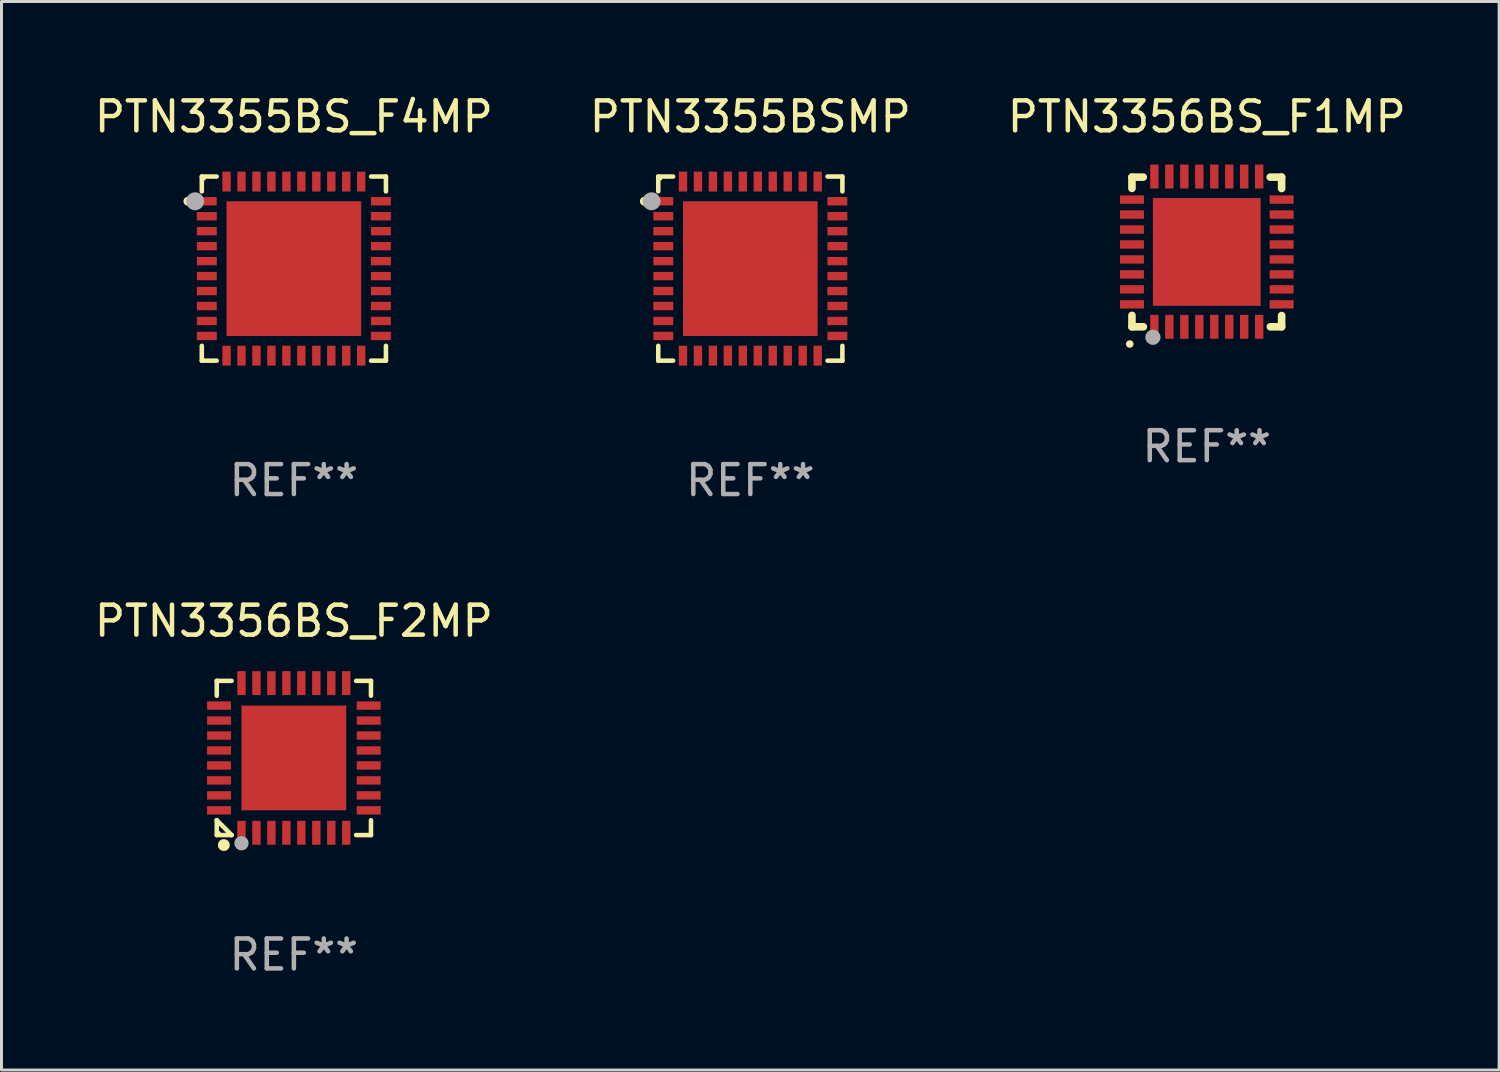
<source format=kicad_pcb>
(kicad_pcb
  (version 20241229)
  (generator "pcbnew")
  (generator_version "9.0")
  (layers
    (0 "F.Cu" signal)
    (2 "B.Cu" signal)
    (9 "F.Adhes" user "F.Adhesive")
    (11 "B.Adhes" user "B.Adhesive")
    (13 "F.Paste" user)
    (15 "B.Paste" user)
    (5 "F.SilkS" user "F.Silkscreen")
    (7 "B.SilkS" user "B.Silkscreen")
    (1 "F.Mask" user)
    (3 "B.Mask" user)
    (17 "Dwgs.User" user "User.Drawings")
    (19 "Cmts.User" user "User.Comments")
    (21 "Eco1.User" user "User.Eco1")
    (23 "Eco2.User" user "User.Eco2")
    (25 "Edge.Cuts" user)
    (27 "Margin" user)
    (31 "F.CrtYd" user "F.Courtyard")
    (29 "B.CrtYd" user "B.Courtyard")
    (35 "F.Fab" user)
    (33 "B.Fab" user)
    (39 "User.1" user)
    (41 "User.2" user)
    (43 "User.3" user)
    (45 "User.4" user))
  (footprint "PTN3355BS_F4MP"
    (layer "F.Cu")
    (at 6.768 5.924)
    (property "Reference" "PTN3355BS_F4MP" (at 0 -5.076 0) (layer "F.SilkS") (effects (font (size 1 1) (thickness 0.15))))
    (attr through_hole)
    (fp_line (start -3.076 -3.076) (end -3.076 -2.58) (stroke (width 0.152) (type solid)) (layer "F.SilkS"))
    (fp_line (start -3.076 3.076) (end -3.076 2.58) (stroke (width 0.152) (type solid)) (layer "F.SilkS"))
    (fp_line (start -2.58 -3.076) (end -3.076 -3.076) (stroke (width 0.152) (type solid)) (layer "F.SilkS"))
    (fp_line (start -2.58 3.076) (end -3.076 3.076) (stroke (width 0.152) (type solid)) (layer "F.SilkS"))
    (fp_line (start 2.58 -3.076) (end 3.076 -3.076) (stroke (width 0.152) (type solid)) (layer "F.SilkS"))
    (fp_line (start 2.58 3.076) (end 3.076 3.076) (stroke (width 0.152) (type solid)) (layer "F.SilkS"))
    (fp_line (start 3.076 -3.076) (end 3.076 -2.58) (stroke (width 0.152) (type solid)) (layer "F.SilkS"))
    (fp_line (start 3.076 3.076) (end 3.076 2.58) (stroke (width 0.152) (type solid)) (layer "F.SilkS"))
    (fp_circle (center -3.54 -2.25) (end -3.465 -2.25) (stroke (width 0.15) (type solid)) (fill no) (layer "F.SilkS"))
    (fp_circle (center -3 -3) (end -2.97 -3) (stroke (width 0.06) (type solid)) (fill no) (layer "F.SilkS"))
    (fp_circle (center -3.3 -2.25) (end -3.15 -2.25) (stroke (width 0.3) (type solid)) (fill no) (layer "F.Fab"))
    (fp_text user "REF**" (at 0 7.076 0) (layer "F.Fab") (effects (font (size 1 1) (thickness 0.15))))
    (pad "1" smd rect (at -2.908 -2.25) (size 0.665 0.28) (layers "F.Cu" "F.Mask" "F.Paste"))
    (pad "2" smd rect (at -2.908 -1.75) (size 0.665 0.28) (layers "F.Cu" "F.Mask" "F.Paste"))
    (pad "3" smd rect (at -2.908 -1.25) (size 0.665 0.28) (layers "F.Cu" "F.Mask" "F.Paste"))
    (pad "4" smd rect (at -2.908 -0.75) (size 0.665 0.28) (layers "F.Cu" "F.Mask" "F.Paste"))
    (pad "5" smd rect (at -2.908 -0.25) (size 0.665 0.28) (layers "F.Cu" "F.Mask" "F.Paste"))
    (pad "6" smd rect (at -2.908 0.25) (size 0.665 0.28) (layers "F.Cu" "F.Mask" "F.Paste"))
    (pad "7" smd rect (at -2.908 0.75) (size 0.665 0.28) (layers "F.Cu" "F.Mask" "F.Paste"))
    (pad "8" smd rect (at -2.908 1.25) (size 0.665 0.28) (layers "F.Cu" "F.Mask" "F.Paste"))
    (pad "9" smd rect (at -2.908 1.75) (size 0.665 0.28) (layers "F.Cu" "F.Mask" "F.Paste"))
    (pad "10" smd rect (at -2.908 2.25) (size 0.665 0.28) (layers "F.Cu" "F.Mask" "F.Paste"))
    (pad "11" smd rect (at -2.25 2.908) (size 0.28 0.665) (layers "F.Cu" "F.Mask" "F.Paste"))
    (pad "12" smd rect (at -1.75 2.908) (size 0.28 0.665) (layers "F.Cu" "F.Mask" "F.Paste"))
    (pad "13" smd rect (at -1.25 2.908) (size 0.28 0.665) (layers "F.Cu" "F.Mask" "F.Paste"))
    (pad "14" smd rect (at -0.75 2.908) (size 0.28 0.665) (layers "F.Cu" "F.Mask" "F.Paste"))
    (pad "15" smd rect (at -0.25 2.908) (size 0.28 0.665) (layers "F.Cu" "F.Mask" "F.Paste"))
    (pad "16" smd rect (at 0.25 2.908) (size 0.28 0.665) (layers "F.Cu" "F.Mask" "F.Paste"))
    (pad "17" smd rect (at 0.75 2.908) (size 0.28 0.665) (layers "F.Cu" "F.Mask" "F.Paste"))
    (pad "18" smd rect (at 1.25 2.908) (size 0.28 0.665) (layers "F.Cu" "F.Mask" "F.Paste"))
    (pad "19" smd rect (at 1.75 2.908) (size 0.28 0.665) (layers "F.Cu" "F.Mask" "F.Paste"))
    (pad "20" smd rect (at 2.25 2.908) (size 0.28 0.665) (layers "F.Cu" "F.Mask" "F.Paste"))
    (pad "21" smd rect (at 2.908 2.25) (size 0.665 0.28) (layers "F.Cu" "F.Mask" "F.Paste"))
    (pad "22" smd rect (at 2.908 1.75) (size 0.665 0.28) (layers "F.Cu" "F.Mask" "F.Paste"))
    (pad "23" smd rect (at 2.908 1.25) (size 0.665 0.28) (layers "F.Cu" "F.Mask" "F.Paste"))
    (pad "24" smd rect (at 2.908 0.75) (size 0.665 0.28) (layers "F.Cu" "F.Mask" "F.Paste"))
    (pad "25" smd rect (at 2.908 0.25) (size 0.665 0.28) (layers "F.Cu" "F.Mask" "F.Paste"))
    (pad "26" smd rect (at 2.908 -0.25) (size 0.665 0.28) (layers "F.Cu" "F.Mask" "F.Paste"))
    (pad "27" smd rect (at 2.908 -0.75) (size 0.665 0.28) (layers "F.Cu" "F.Mask" "F.Paste"))
    (pad "28" smd rect (at 2.908 -1.25) (size 0.665 0.28) (layers "F.Cu" "F.Mask" "F.Paste"))
    (pad "29" smd rect (at 2.908 -1.75) (size 0.665 0.28) (layers "F.Cu" "F.Mask" "F.Paste"))
    (pad "30" smd rect (at 2.908 -2.25) (size 0.665 0.28) (layers "F.Cu" "F.Mask" "F.Paste"))
    (pad "31" smd rect (at 2.25 -2.908) (size 0.28 0.665) (layers "F.Cu" "F.Mask" "F.Paste"))
    (pad "32" smd rect (at 1.75 -2.908) (size 0.28 0.665) (layers "F.Cu" "F.Mask" "F.Paste"))
    (pad "33" smd rect (at 1.25 -2.908) (size 0.28 0.665) (layers "F.Cu" "F.Mask" "F.Paste"))
    (pad "34" smd rect (at 0.75 -2.908) (size 0.28 0.665) (layers "F.Cu" "F.Mask" "F.Paste"))
    (pad "35" smd rect (at 0.25 -2.908) (size 0.28 0.665) (layers "F.Cu" "F.Mask" "F.Paste"))
    (pad "36" smd rect (at -0.25 -2.908) (size 0.28 0.665) (layers "F.Cu" "F.Mask" "F.Paste"))
    (pad "37" smd rect (at -0.75 -2.908) (size 0.28 0.665) (layers "F.Cu" "F.Mask" "F.Paste"))
    (pad "38" smd rect (at -1.25 -2.908) (size 0.28 0.665) (layers "F.Cu" "F.Mask" "F.Paste"))
    (pad "39" smd rect (at -1.75 -2.908) (size 0.28 0.665) (layers "F.Cu" "F.Mask" "F.Paste"))
    (pad "40" smd rect (at -2.25 -2.908) (size 0.28 0.665) (layers "F.Cu" "F.Mask" "F.Paste"))
    (pad "41" smd rect (at 0 0) (size 4.5 4.5) (layers "F.Cu" "F.Mask" "F.Paste")))
  (footprint "PTN3355BSMP"
    (layer "F.Cu")
    (at 22.018 5.924)
    (property "Reference" "PTN3355BSMP" (at 0 -5.076 0) (layer "F.SilkS") (effects (font (size 1 1) (thickness 0.15))))
    (attr through_hole)
    (fp_line (start -3.076 -3.076) (end -3.076 -2.58) (stroke (width 0.152) (type solid)) (layer "F.SilkS"))
    (fp_line (start -3.076 3.076) (end -3.076 2.58) (stroke (width 0.152) (type solid)) (layer "F.SilkS"))
    (fp_line (start -2.58 -3.076) (end -3.076 -3.076) (stroke (width 0.152) (type solid)) (layer "F.SilkS"))
    (fp_line (start -2.58 3.076) (end -3.076 3.076) (stroke (width 0.152) (type solid)) (layer "F.SilkS"))
    (fp_line (start 2.58 -3.076) (end 3.076 -3.076) (stroke (width 0.152) (type solid)) (layer "F.SilkS"))
    (fp_line (start 2.58 3.076) (end 3.076 3.076) (stroke (width 0.152) (type solid)) (layer "F.SilkS"))
    (fp_line (start 3.076 -3.076) (end 3.076 -2.58) (stroke (width 0.152) (type solid)) (layer "F.SilkS"))
    (fp_line (start 3.076 3.076) (end 3.076 2.58) (stroke (width 0.152) (type solid)) (layer "F.SilkS"))
    (fp_circle (center -3.54 -2.25) (end -3.465 -2.25) (stroke (width 0.15) (type solid)) (fill no) (layer "F.SilkS"))
    (fp_circle (center -3 -3) (end -2.97 -3) (stroke (width 0.06) (type solid)) (fill no) (layer "F.SilkS"))
    (fp_circle (center -3.3 -2.25) (end -3.15 -2.25) (stroke (width 0.3) (type solid)) (fill no) (layer "F.Fab"))
    (fp_text user "REF**" (at 0 7.076 0) (layer "F.Fab") (effects (font (size 1 1) (thickness 0.15))))
    (pad "1" smd rect (at -2.908 -2.25) (size 0.665 0.28) (layers "F.Cu" "F.Mask" "F.Paste"))
    (pad "2" smd rect (at -2.908 -1.75) (size 0.665 0.28) (layers "F.Cu" "F.Mask" "F.Paste"))
    (pad "3" smd rect (at -2.908 -1.25) (size 0.665 0.28) (layers "F.Cu" "F.Mask" "F.Paste"))
    (pad "4" smd rect (at -2.908 -0.75) (size 0.665 0.28) (layers "F.Cu" "F.Mask" "F.Paste"))
    (pad "5" smd rect (at -2.908 -0.25) (size 0.665 0.28) (layers "F.Cu" "F.Mask" "F.Paste"))
    (pad "6" smd rect (at -2.908 0.25) (size 0.665 0.28) (layers "F.Cu" "F.Mask" "F.Paste"))
    (pad "7" smd rect (at -2.908 0.75) (size 0.665 0.28) (layers "F.Cu" "F.Mask" "F.Paste"))
    (pad "8" smd rect (at -2.908 1.25) (size 0.665 0.28) (layers "F.Cu" "F.Mask" "F.Paste"))
    (pad "9" smd rect (at -2.908 1.75) (size 0.665 0.28) (layers "F.Cu" "F.Mask" "F.Paste"))
    (pad "10" smd rect (at -2.908 2.25) (size 0.665 0.28) (layers "F.Cu" "F.Mask" "F.Paste"))
    (pad "11" smd rect (at -2.25 2.908) (size 0.28 0.665) (layers "F.Cu" "F.Mask" "F.Paste"))
    (pad "12" smd rect (at -1.75 2.908) (size 0.28 0.665) (layers "F.Cu" "F.Mask" "F.Paste"))
    (pad "13" smd rect (at -1.25 2.908) (size 0.28 0.665) (layers "F.Cu" "F.Mask" "F.Paste"))
    (pad "14" smd rect (at -0.75 2.908) (size 0.28 0.665) (layers "F.Cu" "F.Mask" "F.Paste"))
    (pad "15" smd rect (at -0.25 2.908) (size 0.28 0.665) (layers "F.Cu" "F.Mask" "F.Paste"))
    (pad "16" smd rect (at 0.25 2.908) (size 0.28 0.665) (layers "F.Cu" "F.Mask" "F.Paste"))
    (pad "17" smd rect (at 0.75 2.908) (size 0.28 0.665) (layers "F.Cu" "F.Mask" "F.Paste"))
    (pad "18" smd rect (at 1.25 2.908) (size 0.28 0.665) (layers "F.Cu" "F.Mask" "F.Paste"))
    (pad "19" smd rect (at 1.75 2.908) (size 0.28 0.665) (layers "F.Cu" "F.Mask" "F.Paste"))
    (pad "20" smd rect (at 2.25 2.908) (size 0.28 0.665) (layers "F.Cu" "F.Mask" "F.Paste"))
    (pad "21" smd rect (at 2.908 2.25) (size 0.665 0.28) (layers "F.Cu" "F.Mask" "F.Paste"))
    (pad "22" smd rect (at 2.908 1.75) (size 0.665 0.28) (layers "F.Cu" "F.Mask" "F.Paste"))
    (pad "23" smd rect (at 2.908 1.25) (size 0.665 0.28) (layers "F.Cu" "F.Mask" "F.Paste"))
    (pad "24" smd rect (at 2.908 0.75) (size 0.665 0.28) (layers "F.Cu" "F.Mask" "F.Paste"))
    (pad "25" smd rect (at 2.908 0.25) (size 0.665 0.28) (layers "F.Cu" "F.Mask" "F.Paste"))
    (pad "26" smd rect (at 2.908 -0.25) (size 0.665 0.28) (layers "F.Cu" "F.Mask" "F.Paste"))
    (pad "27" smd rect (at 2.908 -0.75) (size 0.665 0.28) (layers "F.Cu" "F.Mask" "F.Paste"))
    (pad "28" smd rect (at 2.908 -1.25) (size 0.665 0.28) (layers "F.Cu" "F.Mask" "F.Paste"))
    (pad "29" smd rect (at 2.908 -1.75) (size 0.665 0.28) (layers "F.Cu" "F.Mask" "F.Paste"))
    (pad "30" smd rect (at 2.908 -2.25) (size 0.665 0.28) (layers "F.Cu" "F.Mask" "F.Paste"))
    (pad "31" smd rect (at 2.25 -2.908) (size 0.28 0.665) (layers "F.Cu" "F.Mask" "F.Paste"))
    (pad "32" smd rect (at 1.75 -2.908) (size 0.28 0.665) (layers "F.Cu" "F.Mask" "F.Paste"))
    (pad "33" smd rect (at 1.25 -2.908) (size 0.28 0.665) (layers "F.Cu" "F.Mask" "F.Paste"))
    (pad "34" smd rect (at 0.75 -2.908) (size 0.28 0.665) (layers "F.Cu" "F.Mask" "F.Paste"))
    (pad "35" smd rect (at 0.25 -2.908) (size 0.28 0.665) (layers "F.Cu" "F.Mask" "F.Paste"))
    (pad "36" smd rect (at -0.25 -2.908) (size 0.28 0.665) (layers "F.Cu" "F.Mask" "F.Paste"))
    (pad "37" smd rect (at -0.75 -2.908) (size 0.28 0.665) (layers "F.Cu" "F.Mask" "F.Paste"))
    (pad "38" smd rect (at -1.25 -2.908) (size 0.28 0.665) (layers "F.Cu" "F.Mask" "F.Paste"))
    (pad "39" smd rect (at -1.75 -2.908) (size 0.28 0.665) (layers "F.Cu" "F.Mask" "F.Paste"))
    (pad "40" smd rect (at -2.25 -2.908) (size 0.28 0.665) (layers "F.Cu" "F.Mask" "F.Paste"))
    (pad "41" smd rect (at 0 0) (size 4.5 4.5) (layers "F.Cu" "F.Mask" "F.Paste")))
  (footprint "PTN3356BS_F1MP"
    (layer "F.Cu")
    (at 37.268 5.358)
    (property "Reference" "PTN3356BS_F1MP" (at 0 -4.51 0) (layer "F.SilkS") (effects (font (size 1 1) (thickness 0.15))))
    (attr through_hole)
    (fp_line (start -2.5 -2.49) (end -2.124 -2.49) (stroke (width 0.254) (type solid)) (layer "F.SilkS"))
    (fp_line (start -2.5 -2.114) (end -2.5 -2.49) (stroke (width 0.254) (type solid)) (layer "F.SilkS"))
    (fp_line (start -2.5 2.51) (end -2.5 2.129) (stroke (width 0.254) (type solid)) (layer "F.SilkS"))
    (fp_line (start -2.5 2.51) (end -2.119 2.51) (stroke (width 0.254) (type solid)) (layer "F.SilkS"))
    (fp_line (start 2.119 -2.49) (end 2.5 -2.49) (stroke (width 0.254) (type solid)) (layer "F.SilkS"))
    (fp_line (start 2.124 2.51) (end 2.5 2.51) (stroke (width 0.254) (type solid)) (layer "F.SilkS"))
    (fp_line (start 2.5 -2.49) (end 2.5 -2.109) (stroke (width 0.254) (type solid)) (layer "F.SilkS"))
    (fp_line (start 2.5 2.134) (end 2.5 2.51) (stroke (width 0.254) (type solid)) (layer "F.SilkS"))
    (fp_arc (start -2.57554 3.086005) (mid -2.57427 3.085999) (end -2.573 3.086005) (stroke (width 0.25) (type solid)) (layer "F.SilkS"))
    (fp_circle (center -2.5 2.5) (end -2.45 2.5) (stroke (width 0.1) (type solid)) (fill no) (layer "F.SilkS"))
    (fp_circle (center -1.8 2.86) (end -1.673 2.86) (stroke (width 0.254) (type solid)) (fill no) (layer "F.Fab"))
    (fp_text user "REF**" (at 0 6.51 0) (layer "F.Fab") (effects (font (size 1 1) (thickness 0.15))))
    (pad "1" smd rect (at -1.75 2.51) (size 0.28 0.8) (layers "F.Cu" "F.Mask" "F.Paste"))
    (pad "2" smd rect (at -1.25 2.51) (size 0.28 0.8) (layers "F.Cu" "F.Mask" "F.Paste"))
    (pad "3" smd rect (at -0.75 2.51) (size 0.28 0.8) (layers "F.Cu" "F.Mask" "F.Paste"))
    (pad "4" smd rect (at -0.25 2.51) (size 0.28 0.8) (layers "F.Cu" "F.Mask" "F.Paste"))
    (pad "5" smd rect (at 0.25 2.51) (size 0.28 0.8) (layers "F.Cu" "F.Mask" "F.Paste"))
    (pad "6" smd rect (at 0.75 2.51) (size 0.28 0.8) (layers "F.Cu" "F.Mask" "F.Paste"))
    (pad "7" smd rect (at 1.25 2.51) (size 0.28 0.8) (layers "F.Cu" "F.Mask" "F.Paste"))
    (pad "8" smd rect (at 1.75 2.51) (size 0.28 0.8) (layers "F.Cu" "F.Mask" "F.Paste"))
    (pad "9" smd rect (at 2.5 1.76) (size 0.8 0.28) (layers "F.Cu" "F.Mask" "F.Paste"))
    (pad "10" smd rect (at 2.5 1.26) (size 0.8 0.28) (layers "F.Cu" "F.Mask" "F.Paste"))
    (pad "11" smd rect (at 2.5 0.76) (size 0.8 0.28) (layers "F.Cu" "F.Mask" "F.Paste"))
    (pad "12" smd rect (at 2.5 0.26) (size 0.8 0.28) (layers "F.Cu" "F.Mask" "F.Paste"))
    (pad "13" smd rect (at 2.5 -0.24) (size 0.8 0.28) (layers "F.Cu" "F.Mask" "F.Paste"))
    (pad "14" smd rect (at 2.5 -0.74) (size 0.8 0.28) (layers "F.Cu" "F.Mask" "F.Paste"))
    (pad "15" smd rect (at 2.5 -1.24) (size 0.8 0.28) (layers "F.Cu" "F.Mask" "F.Paste"))
    (pad "16" smd rect (at 2.5 -1.74) (size 0.8 0.28) (layers "F.Cu" "F.Mask" "F.Paste"))
    (pad "17" smd rect (at 1.75 -2.51) (size 0.28 0.8) (layers "F.Cu" "F.Mask" "F.Paste"))
    (pad "18" smd rect (at 1.25 -2.51) (size 0.28 0.8) (layers "F.Cu" "F.Mask" "F.Paste"))
    (pad "19" smd rect (at 0.75 -2.51) (size 0.28 0.8) (layers "F.Cu" "F.Mask" "F.Paste"))
    (pad "20" smd rect (at 0.25 -2.51) (size 0.28 0.8) (layers "F.Cu" "F.Mask" "F.Paste"))
    (pad "21" smd rect (at -0.25 -2.51) (size 0.28 0.8) (layers "F.Cu" "F.Mask" "F.Paste"))
    (pad "22" smd rect (at -0.75 -2.51) (size 0.28 0.8) (layers "F.Cu" "F.Mask" "F.Paste"))
    (pad "23" smd rect (at -1.25 -2.51) (size 0.28 0.8) (layers "F.Cu" "F.Mask" "F.Paste"))
    (pad "24" smd rect (at -1.75 -2.51) (size 0.28 0.8) (layers "F.Cu" "F.Mask" "F.Paste"))
    (pad "25" smd rect (at -2.5 -1.74) (size 0.8 0.28) (layers "F.Cu" "F.Mask" "F.Paste"))
    (pad "26" smd rect (at -2.5 -1.24) (size 0.8 0.28) (layers "F.Cu" "F.Mask" "F.Paste"))
    (pad "27" smd rect (at -2.5 -0.74) (size 0.8 0.28) (layers "F.Cu" "F.Mask" "F.Paste"))
    (pad "28" smd rect (at -2.5 -0.24) (size 0.8 0.28) (layers "F.Cu" "F.Mask" "F.Paste"))
    (pad "29" smd rect (at -2.5 0.26) (size 0.8 0.28) (layers "F.Cu" "F.Mask" "F.Paste"))
    (pad "30" smd rect (at -2.5 0.76) (size 0.8 0.28) (layers "F.Cu" "F.Mask" "F.Paste"))
    (pad "31" smd rect (at -2.5 1.26) (size 0.8 0.28) (layers "F.Cu" "F.Mask" "F.Paste"))
    (pad "32" smd rect (at -2.5 1.76) (size 0.8 0.28) (layers "F.Cu" "F.Mask" "F.Paste"))
    (pad "33" smd rect (at 0.000102 0.01) (size 3.6 3.6) (layers "F.Cu" "F.Mask" "F.Paste")))
  (footprint "PTN3356BS_F2MP"
    (layer "F.Cu")
    (at 6.768 22.273)
    (property "Reference" "PTN3356BS_F2MP" (at 0 -4.576 0) (layer "F.SilkS") (effects (font (size 1 1) (thickness 0.15))))
    (attr through_hole)
    (fp_line (start -2.576 -2.576) (end -2.08 -2.576) (stroke (width 0.152) (type solid)) (layer "F.SilkS"))
    (fp_line (start -2.576 -2.08) (end -2.576 -2.576) (stroke (width 0.152) (type solid)) (layer "F.SilkS"))
    (fp_line (start -2.576 2.08) (end -2.576 2.576) (stroke (width 0.152) (type solid)) (layer "F.SilkS"))
    (fp_line (start -2.576 2.08) (end -2.08 2.576) (stroke (width 0.152) (type solid)) (layer "F.SilkS"))
    (fp_line (start -2.576 2.576) (end -2.08 2.576) (stroke (width 0.152) (type solid)) (layer "F.SilkS"))
    (fp_line (start 2.576 -2.576) (end 2.08 -2.576) (stroke (width 0.152) (type solid)) (layer "F.SilkS"))
    (fp_line (start 2.576 -2.08) (end 2.576 -2.576) (stroke (width 0.152) (type solid)) (layer "F.SilkS"))
    (fp_line (start 2.576 2.08) (end 2.576 2.576) (stroke (width 0.152) (type solid)) (layer "F.SilkS"))
    (fp_line (start 2.576 2.576) (end 2.08 2.576) (stroke (width 0.152) (type solid)) (layer "F.SilkS"))
    (fp_circle (center -2.5 2.5) (end -2.47 2.5) (stroke (width 0.06) (type solid)) (fill no) (layer "F.SilkS"))
    (fp_circle (center -2.34 2.91) (end -2.24 2.91) (stroke (width 0.2) (type solid)) (fill no) (layer "F.SilkS"))
    (fp_circle (center -1.75 2.85) (end -1.63 2.85) (stroke (width 0.24) (type solid)) (fill no) (layer "F.Fab"))
    (fp_text user "REF**" (at 0 6.576 0) (layer "F.Fab") (effects (font (size 1 1) (thickness 0.15))))
    (pad "1" smd rect (at -1.75 2.5) (size 0.28 0.8) (layers "F.Cu" "F.Mask" "F.Paste"))
    (pad "2" smd rect (at -1.25 2.5) (size 0.28 0.8) (layers "F.Cu" "F.Mask" "F.Paste"))
    (pad "3" smd rect (at -0.75 2.5) (size 0.28 0.8) (layers "F.Cu" "F.Mask" "F.Paste"))
    (pad "4" smd rect (at -0.25 2.5) (size 0.28 0.8) (layers "F.Cu" "F.Mask" "F.Paste"))
    (pad "5" smd rect (at 0.25 2.5) (size 0.28 0.8) (layers "F.Cu" "F.Mask" "F.Paste"))
    (pad "6" smd rect (at 0.75 2.5) (size 0.28 0.8) (layers "F.Cu" "F.Mask" "F.Paste"))
    (pad "7" smd rect (at 1.25 2.5) (size 0.28 0.8) (layers "F.Cu" "F.Mask" "F.Paste"))
    (pad "8" smd rect (at 1.75 2.5) (size 0.28 0.8) (layers "F.Cu" "F.Mask" "F.Paste"))
    (pad "9" smd rect (at 2.5 1.75) (size 0.8 0.28) (layers "F.Cu" "F.Mask" "F.Paste"))
    (pad "10" smd rect (at 2.5 1.25) (size 0.8 0.28) (layers "F.Cu" "F.Mask" "F.Paste"))
    (pad "11" smd rect (at 2.5 0.75) (size 0.8 0.28) (layers "F.Cu" "F.Mask" "F.Paste"))
    (pad "12" smd rect (at 2.5 0.25) (size 0.8 0.28) (layers "F.Cu" "F.Mask" "F.Paste"))
    (pad "13" smd rect (at 2.5 -0.25) (size 0.8 0.28) (layers "F.Cu" "F.Mask" "F.Paste"))
    (pad "14" smd rect (at 2.5 -0.75) (size 0.8 0.28) (layers "F.Cu" "F.Mask" "F.Paste"))
    (pad "15" smd rect (at 2.5 -1.25) (size 0.8 0.28) (layers "F.Cu" "F.Mask" "F.Paste"))
    (pad "16" smd rect (at 2.5 -1.75) (size 0.8 0.28) (layers "F.Cu" "F.Mask" "F.Paste"))
    (pad "17" smd rect (at 1.75 -2.5) (size 0.28 0.8) (layers "F.Cu" "F.Mask" "F.Paste"))
    (pad "18" smd rect (at 1.25 -2.5) (size 0.28 0.8) (layers "F.Cu" "F.Mask" "F.Paste"))
    (pad "19" smd rect (at 0.75 -2.5) (size 0.28 0.8) (layers "F.Cu" "F.Mask" "F.Paste"))
    (pad "20" smd rect (at 0.25 -2.5) (size 0.28 0.8) (layers "F.Cu" "F.Mask" "F.Paste"))
    (pad "21" smd rect (at -0.25 -2.5) (size 0.28 0.8) (layers "F.Cu" "F.Mask" "F.Paste"))
    (pad "22" smd rect (at -0.75 -2.5) (size 0.28 0.8) (layers "F.Cu" "F.Mask" "F.Paste"))
    (pad "23" smd rect (at -1.25 -2.5) (size 0.28 0.8) (layers "F.Cu" "F.Mask" "F.Paste"))
    (pad "24" smd rect (at -1.75 -2.5) (size 0.28 0.8) (layers "F.Cu" "F.Mask" "F.Paste"))
    (pad "25" smd rect (at -2.5 -1.75) (size 0.8 0.28) (layers "F.Cu" "F.Mask" "F.Paste"))
    (pad "26" smd rect (at -2.5 -1.25) (size 0.8 0.28) (layers "F.Cu" "F.Mask" "F.Paste"))
    (pad "27" smd rect (at -2.5 -0.75) (size 0.8 0.28) (layers "F.Cu" "F.Mask" "F.Paste"))
    (pad "28" smd rect (at -2.5 -0.25) (size 0.8 0.28) (layers "F.Cu" "F.Mask" "F.Paste"))
    (pad "29" smd rect (at -2.5 0.25) (size 0.8 0.28) (layers "F.Cu" "F.Mask" "F.Paste"))
    (pad "30" smd rect (at -2.5 0.75) (size 0.8 0.28) (layers "F.Cu" "F.Mask" "F.Paste"))
    (pad "31" smd rect (at -2.5 1.25) (size 0.8 0.28) (layers "F.Cu" "F.Mask" "F.Paste"))
    (pad "32" smd rect (at -2.5 1.75) (size 0.8 0.28) (layers "F.Cu" "F.Mask" "F.Paste"))
    (pad "33" smd rect (at 0 0) (size 3.5 3.5) (layers "F.Cu" "F.Mask" "F.Paste")))
  (gr_rect
    (start -3 -3)
    (end 47.036 32.698)
    (stroke (width 0.1) (type default))
    (fill no)
    (layer "Edge.Cuts")))
</source>
